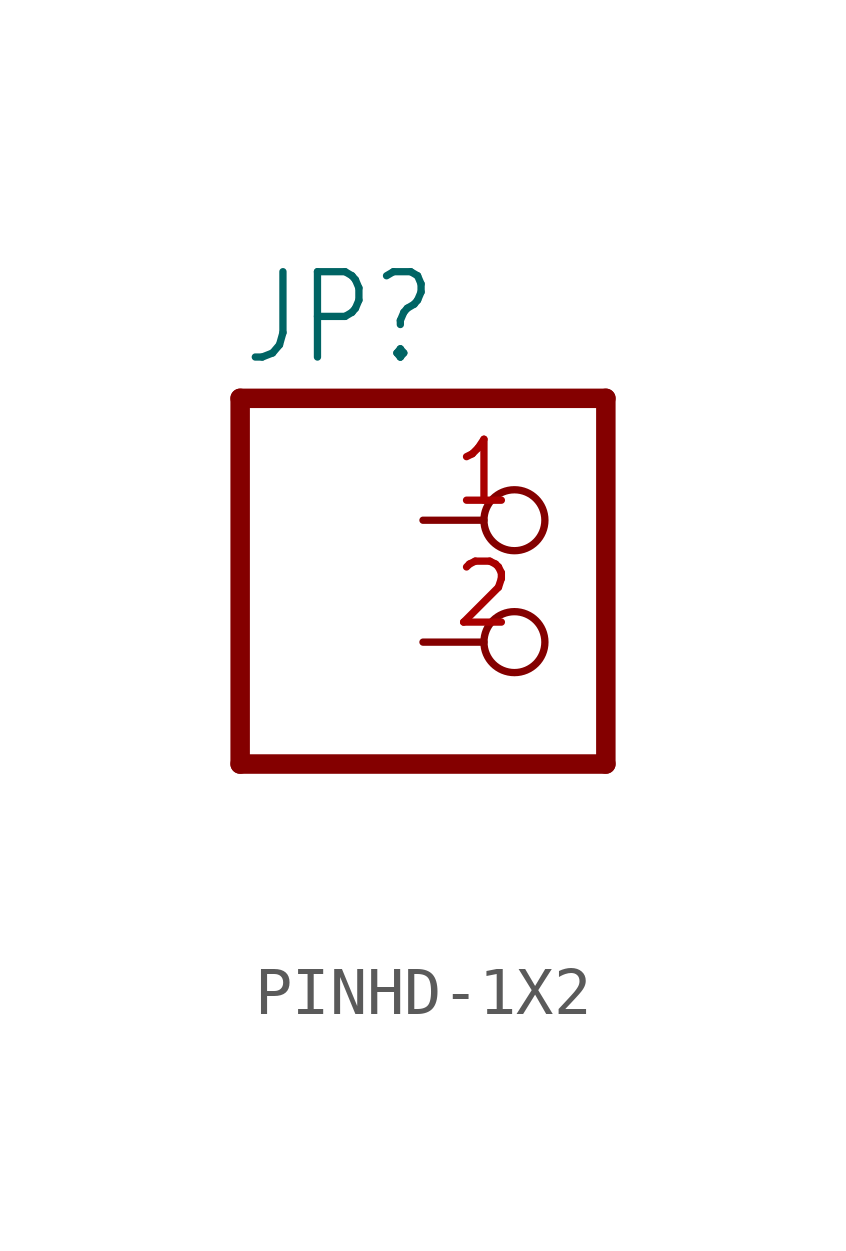
<source format=kicad_sym>
(kicad_symbol_lib
  (version 20231120)
  (generator "kicad_symbol_editor")
  (generator_version "8.0")
  (symbol "PINHD-1X2"
    (property "Reference" "JP"
      (at -6.35 5.715 0)
      (effects (font (size 1.778 1.511)) (justify left bottom)))
    (property "Value" ""
      (at -6.35 -5.08 0)
      (effects (font (size 1.778 1.511)) (justify left bottom)))
    (property "ki_locked" ""
      (at 0 0 0)
      (effects (font (size 1.27 1.27))))
    (symbol "PINHD-1X2_1_0"
      (polyline (pts (xy -6.35 -2.54) (xy 1.27 -2.54)) (stroke (width 0.406) (type solid)) (fill (type none)))
      (polyline (pts (xy -6.35 5.08) (xy -6.35 -2.54)) (stroke (width 0.406) (type solid)) (fill (type none)))
      (polyline (pts (xy 1.27 -2.54) (xy 1.27 5.08)) (stroke (width 0.406) (type solid)) (fill (type none)))
      (polyline (pts (xy 1.27 5.08) (xy -6.35 5.08)) (stroke (width 0.406) (type solid)) (fill (type none)))
      (pin passive inverted (at -2.54 2.54 0) (length 2.54) (name "1" (effects (font (size 0 0)))) (number "1" (effects (font (size 1.27 1.27)))))
      (pin passive inverted (at -2.54 0 0) (length 2.54) (name "2" (effects (font (size 0 0)))) (number "2" (effects (font (size 1.27 1.27))))))))
</source>
